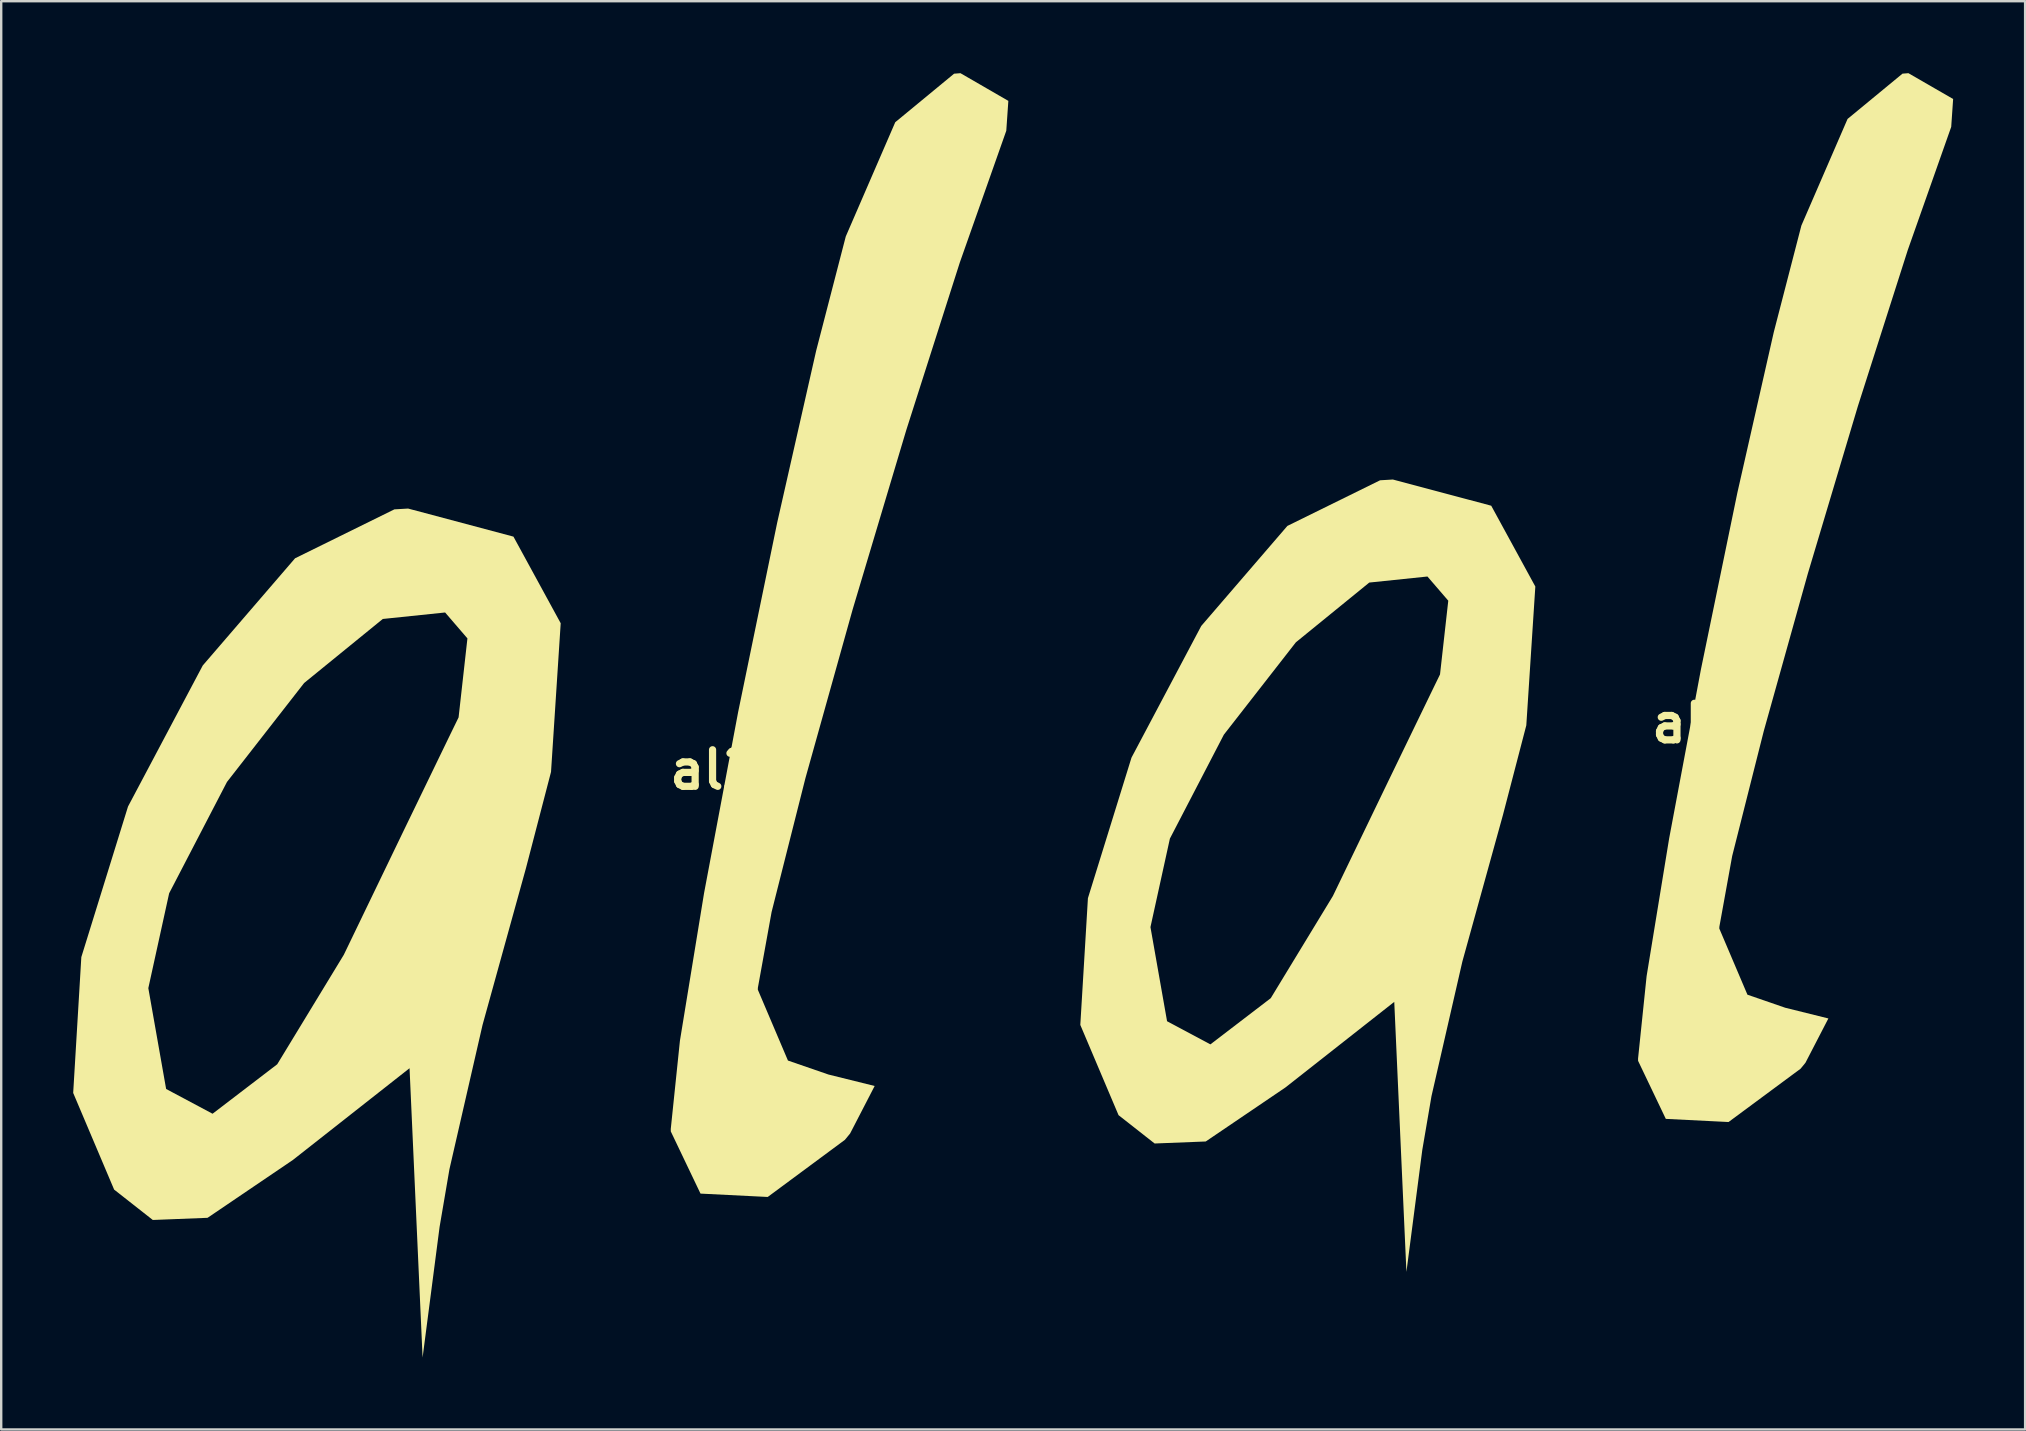
<source format=kicad_pcb>
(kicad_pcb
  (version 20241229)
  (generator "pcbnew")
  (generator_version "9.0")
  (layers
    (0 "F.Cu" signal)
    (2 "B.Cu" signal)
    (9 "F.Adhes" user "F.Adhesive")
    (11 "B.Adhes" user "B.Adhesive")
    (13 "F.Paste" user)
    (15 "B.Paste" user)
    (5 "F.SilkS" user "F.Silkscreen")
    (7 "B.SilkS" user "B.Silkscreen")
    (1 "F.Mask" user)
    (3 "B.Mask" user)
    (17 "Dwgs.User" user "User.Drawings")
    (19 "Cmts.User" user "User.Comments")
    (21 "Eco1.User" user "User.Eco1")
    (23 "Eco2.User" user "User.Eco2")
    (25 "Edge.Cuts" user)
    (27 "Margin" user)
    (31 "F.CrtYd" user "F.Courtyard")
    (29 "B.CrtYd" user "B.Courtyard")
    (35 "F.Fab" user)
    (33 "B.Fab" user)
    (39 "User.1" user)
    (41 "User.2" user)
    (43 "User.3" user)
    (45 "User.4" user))
  (footprint "al2"
    (layer "F.Cu")
    (at 26.717 29.029)
    (property "Reference" "al2" (at 0 0 0) (layer "F.SilkS") (effects (font (size 1.524 1.524) (thickness 0.3))))
    (attr board_only exclude_from_pos_files exclude_from_bom)
    (fp_poly (pts (xy 12.254 -27.875) (xy 12.168 -26.631) (xy 10.231 -21.139) (xy 8.002 -14.161) (xy 5.763 -6.673) (xy 3.798 0.348) (xy 2.388 5.926) (xy 1.816 9.085) (xy 1.814 9.165) (xy 3.069 12.117) (xy 4.758 12.7) (xy 6.683 13.177) (xy 5.659 15.158) (xy 5.443 15.421) (xy 2.226 17.802) (xy -0.575 17.662) (xy -1.813 15.071) (xy -1.814 14.968) (xy -1.432 11.289) (xy -0.427 5.143) (xy 0.994 -2.408) (xy 2.621 -10.299) (xy 4.246 -17.467) (xy 5.479 -22.225) (xy 7.541 -26.986) (xy 9.993 -29.008) (xy 10.258 -29.029)) (stroke (width 0) (type solid)) (fill yes) (layer "F.SilkS"))
    (fp_poly (pts (xy -8.37 -9.716) (xy -6.401 -6.107) (xy -6.804 0.088) (xy -7.85 4.105) (xy -9.658 10.633) (xy -11.038 16.649) (xy -11.448 19.05) (xy -12.156 24.493) (xy -12.428 18.465) (xy -12.7 12.437) (xy -17.561 16.26) (xy -21.117 18.671) (xy -23.399 18.761) (xy -25.011 17.495) (xy -26.717 13.467) (xy -26.455 9.1) (xy -23.586 9.1) (xy -22.844 13.302) (xy -20.909 14.334) (xy -18.214 12.272) (xy -15.44 7.711) (xy -12.974 2.598) (xy -10.976 -1.528) (xy -10.656 -2.184) (xy -10.288 -5.475) (xy -11.218 -6.555) (xy -13.815 -6.285) (xy -17.092 -3.617) (xy -20.308 0.507) (xy -22.718 5.147) (xy -23.586 9.1) (xy -26.455 9.1) (xy -26.378 7.807) (xy -24.432 1.531) (xy -21.317 -4.347) (xy -17.471 -8.813) (xy -13.333 -10.852) (xy -12.761 -10.886)) (stroke (width 0) (type solid)) (fill yes) (layer "F.SilkS")))
  (footprint "al"
    (layer "F.Cu")
    (at 66.906 27.093)
    (property "Reference" "al" (at 0 0 0) (layer "F.SilkS") (effects (font (size 1.524 1.524) (thickness 0.3))))
    (attr board_only exclude_from_pos_files exclude_from_bom)
    (fp_poly (pts (xy 11.437 -26.017) (xy 11.357 -24.856) (xy 9.549 -19.73) (xy 7.468 -13.217) (xy 5.379 -6.228) (xy 3.545 0.325) (xy 2.229 5.531) (xy 1.695 8.479) (xy 1.693 8.554) (xy 2.865 11.309) (xy 4.441 11.853) (xy 6.238 12.299) (xy 5.282 14.147) (xy 5.08 14.393) (xy 2.078 16.615) (xy -0.537 16.484) (xy -1.692 14.066) (xy -1.693 13.97) (xy -1.337 10.537) (xy -0.398 4.8) (xy 0.927 -2.247) (xy 2.446 -9.612) (xy 3.963 -16.302) (xy 5.113 -20.743) (xy 7.038 -25.187) (xy 9.327 -27.074) (xy 9.574 -27.093)) (stroke (width 0) (type solid)) (fill yes) (layer "F.SilkS"))
    (fp_poly (pts (xy -7.812 -9.068) (xy -5.974 -5.7) (xy -6.35 0.083) (xy -7.327 3.831) (xy -9.014 9.924) (xy -10.302 15.539) (xy -10.685 17.78) (xy -11.346 22.86) (xy -11.6 17.234) (xy -11.853 11.608) (xy -16.39 15.176) (xy -19.709 17.426) (xy -21.839 17.51) (xy -23.343 16.329) (xy -24.936 12.569) (xy -24.691 8.493) (xy -22.013 8.493) (xy -21.321 12.415) (xy -19.515 13.379) (xy -17 11.454) (xy -14.411 7.197) (xy -12.109 2.425) (xy -10.244 -1.426) (xy -9.946 -2.038) (xy -9.602 -5.11) (xy -10.47 -6.118) (xy -12.894 -5.866) (xy -15.953 -3.376) (xy -18.954 0.473) (xy -21.203 4.804) (xy -22.013 8.493) (xy -24.691 8.493) (xy -24.619 7.287) (xy -22.803 1.429) (xy -19.896 -4.058) (xy -16.307 -8.226) (xy -12.444 -10.128) (xy -11.91 -10.16)) (stroke (width 0) (type solid)) (fill yes) (layer "F.SilkS")))
  (gr_rect
    (start -3 -3)
    (end 81.343 56.521)
    (stroke (width 0.1) (type default))
    (fill no)
    (layer "Edge.Cuts")))
</source>
